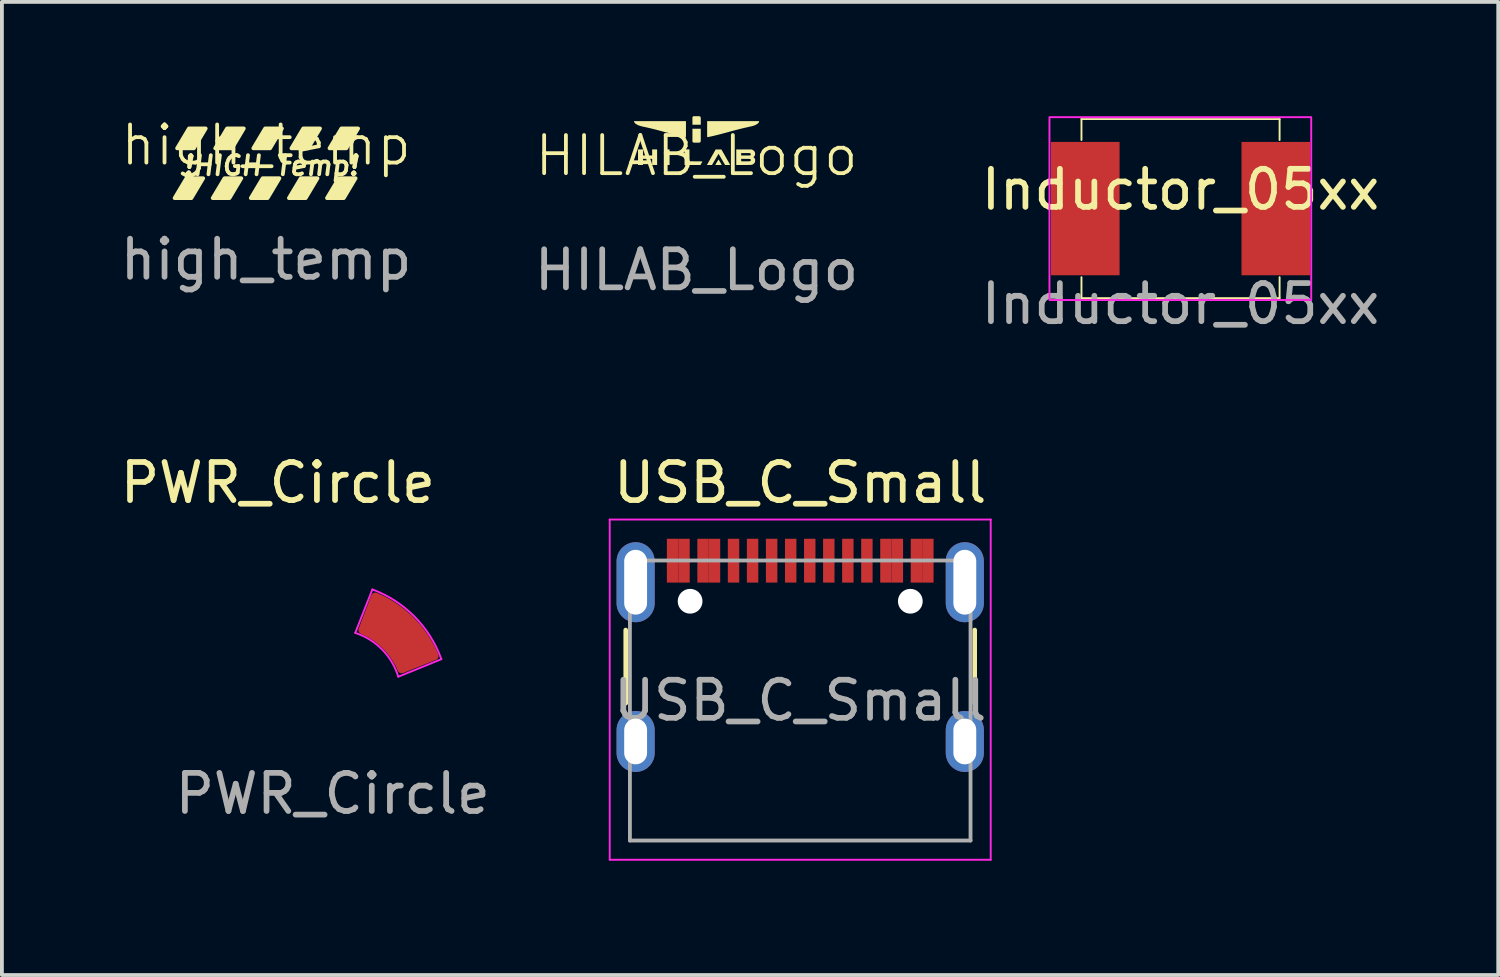
<source format=kicad_pcb>
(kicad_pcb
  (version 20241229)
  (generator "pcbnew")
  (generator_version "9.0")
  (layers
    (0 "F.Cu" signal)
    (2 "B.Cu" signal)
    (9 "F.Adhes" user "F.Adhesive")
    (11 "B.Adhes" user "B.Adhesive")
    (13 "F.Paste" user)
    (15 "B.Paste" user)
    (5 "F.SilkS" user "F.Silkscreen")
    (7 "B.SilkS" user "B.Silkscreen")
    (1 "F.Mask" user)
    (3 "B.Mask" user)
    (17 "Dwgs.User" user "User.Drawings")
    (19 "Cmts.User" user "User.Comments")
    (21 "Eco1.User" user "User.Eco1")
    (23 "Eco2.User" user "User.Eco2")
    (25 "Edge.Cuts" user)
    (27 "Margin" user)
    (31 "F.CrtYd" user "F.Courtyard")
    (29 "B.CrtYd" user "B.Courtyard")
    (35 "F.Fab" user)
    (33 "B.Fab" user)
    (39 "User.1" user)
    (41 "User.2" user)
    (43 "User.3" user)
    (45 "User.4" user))
  (footprint "Inductor_05xx"
    (layer "F.Cu")
    (at 27.935 2.425)
    (property "Reference" "Inductor_05xx" (at 0 -0.5 0) (unlocked yes) (layer "F.SilkS") (effects (font (size 1 1) (thickness 0.15))))
    (attr smd)
    (fp_line (start -2.6 -2.35) (end -2.6 -1.8) (stroke (width 0.05) (type solid)) (layer "F.SilkS"))
    (fp_line (start -2.6 -2.35) (end 2.6 -2.35) (stroke (width 0.05) (type solid)) (layer "F.SilkS"))
    (fp_line (start -2.6 2.35) (end -2.6 1.8) (stroke (width 0.05) (type solid)) (layer "F.SilkS"))
    (fp_line (start -2.6 2.35) (end 2.6 2.35) (stroke (width 0.05) (type solid)) (layer "F.SilkS"))
    (fp_line (start 2.6 -2.35) (end 2.6 -1.8) (stroke (width 0.05) (type solid)) (layer "F.SilkS"))
    (fp_line (start 2.6 2.35) (end 2.6 1.8) (stroke (width 0.05) (type solid)) (layer "F.SilkS"))
    (fp_rect (start -3.44 -2.4) (end 3.43 2.4) (stroke (width 0.05) (type solid)) (fill no) (layer "F.CrtYd"))
    (fp_text user "${REFERENCE}" (at 0 2.5 0) (unlocked yes) (layer "F.Fab") (effects (font (size 1 1) (thickness 0.15))))
    (pad "1" smd rect (at -2.5 0) (size 1.8 3.5) (layers "F.Cu" "F.Mask" "F.Paste"))
    (pad "2" smd rect (at 2.5 0) (size 1.8 3.5) (layers "F.Cu" "F.Mask" "F.Paste")))
  (footprint "USB_C_Small"
    (layer "F.Cu")
    (at 17.953 15.336)
    (property "Reference" "USB_C_Small" (at 0 -5.715 0) (layer "F.SilkS") (effects (font (size 1 1) (thickness 0.15))))
    (attr smd)
    (fp_line (start -4.58 -1.85) (end -4.58 0.07) (stroke (width 0.12) (type solid)) (layer "F.SilkS"))
    (fp_line (start 4.58 0.07) (end 4.58 -1.85) (stroke (width 0.12) (type solid)) (layer "F.SilkS"))
    (fp_line (start -5 -4.75) (end 5 -4.75) (stroke (width 0.05) (type solid)) (layer "F.CrtYd"))
    (fp_line (start -5 4.18) (end -5 -4.75) (stroke (width 0.05) (type solid)) (layer "F.CrtYd"))
    (fp_line (start 5 -4.75) (end 5 4.18) (stroke (width 0.05) (type solid)) (layer "F.CrtYd"))
    (fp_line (start 5 4.18) (end -5 4.18) (stroke (width 0.05) (type solid)) (layer "F.CrtYd"))
    (fp_line (start -4.47 -3.675) (end -4.47 3.675) (stroke (width 0.1) (type solid)) (layer "F.Fab"))
    (fp_line (start -4.47 -3.675) (end 4.47 -3.675) (stroke (width 0.1) (type solid)) (layer "F.Fab"))
    (fp_line (start -4.47 3.675) (end 4.47 3.675) (stroke (width 0.1) (type solid)) (layer "F.Fab"))
    (fp_line (start 4.47 3.675) (end 4.47 -3.675) (stroke (width 0.1) (type solid)) (layer "F.Fab"))
    (fp_text user "${REFERENCE}" (at 0 0 0) (layer "F.Fab") (effects (font (size 1 1) (thickness 0.15))))
    (pad "" np_thru_hole circle (at -2.89 -2.605) (size 0.65 0.65) (drill 0.65) (layers "*.Cu" "*.Mask"))
    (pad "" np_thru_hole circle (at 2.89 -2.605) (size 0.65 0.65) (drill 0.65) (layers "*.Cu" "*.Mask"))
    (pad "A1" smd rect (at -3.35 -3.67) (size 0.3 1.15) (layers "F.Cu" "F.Mask" "F.Paste"))
    (pad "A4" smd rect (at -2.55 -3.67) (size 0.3 1.15) (layers "F.Cu" "F.Mask" "F.Paste"))
    (pad "A5" smd rect (at -1.25 -3.67) (size 0.3 1.15) (layers "F.Cu" "F.Mask" "F.Paste"))
    (pad "A6" smd rect (at -0.25 -3.67) (size 0.3 1.15) (layers "F.Cu" "F.Mask" "F.Paste"))
    (pad "A7" smd rect (at 0.25 -3.67) (size 0.3 1.15) (layers "F.Cu" "F.Mask" "F.Paste"))
    (pad "A8" smd rect (at 1.25 -3.67) (size 0.3 1.15) (layers "F.Cu" "F.Mask" "F.Paste"))
    (pad "A9" smd rect (at 2.55 -3.67) (size 0.3 1.15) (layers "F.Cu" "F.Mask" "F.Paste"))
    (pad "A12" smd rect (at 3.35 -3.67) (size 0.3 1.15) (layers "F.Cu" "F.Mask" "F.Paste"))
    (pad "B1" smd rect (at 3.05 -3.67) (size 0.3 1.15) (layers "F.Cu" "F.Mask" "F.Paste"))
    (pad "B4" smd rect (at 2.25 -3.67) (size 0.3 1.15) (layers "F.Cu" "F.Mask" "F.Paste"))
    (pad "B5" smd rect (at 1.75 -3.67) (size 0.3 1.15) (layers "F.Cu" "F.Mask" "F.Paste"))
    (pad "B6" smd rect (at 0.75 -3.67) (size 0.3 1.15) (layers "F.Cu" "F.Mask" "F.Paste"))
    (pad "B7" smd rect (at -0.75 -3.67) (size 0.3 1.15) (layers "F.Cu" "F.Mask" "F.Paste"))
    (pad "B8" smd rect (at -1.75 -3.67) (size 0.3 1.15) (layers "F.Cu" "F.Mask" "F.Paste"))
    (pad "B9" smd rect (at -2.25 -3.67) (size 0.3 1.15) (layers "F.Cu" "F.Mask" "F.Paste"))
    (pad "B12" smd rect (at -3.05 -3.67) (size 0.3 1.15) (layers "F.Cu" "F.Mask" "F.Paste"))
    (pad "S1" thru_hole oval (at -4.32 -3.105) (size 1 2.1) (drill oval 0.6 1.7) (layers "*.Cu" "*.Mask"))
    (pad "S1" thru_hole oval (at -4.32 1.075) (size 1 1.6) (drill oval 0.6 1.2) (layers "*.Cu" "*.Mask"))
    (pad "S1" thru_hole oval (at 4.32 -3.105) (size 1 2.1) (drill oval 0.6 1.7) (layers "*.Cu" "*.Mask"))
    (pad "S1" thru_hole oval (at 4.32 1.075) (size 1 1.6) (drill oval 0.6 1.2) (layers "*.Cu" "*.Mask")))
  (footprint "PWR_Circle"
    (layer "F.Cu")
    (at 5.684 15.281)
    (property "Reference" "PWR_Circle" (at -1.44 -5.66 0) (unlocked yes) (layer "F.SilkS") (effects (font (size 1 1) (thickness 0.15))))
    (attr smd)
    (fp_line (start 0.59 -1.72) (end 1.04 -2.86) (stroke (width 0.05) (type solid)) (layer "F.CrtYd"))
    (fp_line (start 1.72 -0.57) (end 2.85 -1.03) (stroke (width 0.05) (type solid)) (layer "F.CrtYd"))
    (fp_arc (start 0.59 -1.72) (mid 1.295852 -1.283402) (end 1.72 -0.57) (stroke (width 0.05) (type solid)) (layer "F.CrtYd"))
    (fp_arc (start 1.04 -2.86) (mid 2.147485 -2.145271) (end 2.85 -1.03) (stroke (width 0.05) (type solid)) (layer "F.CrtYd"))
    (fp_text user "${REFERENCE}" (at 0 2.5 0) (unlocked yes) (layer "F.Fab") (effects (font (size 1 1) (thickness 0.15))))
    (pad "1" smd custom (at 1.7 -1.71) (size 0.2 0.2) (layers "F.Cu" "F.Mask" "F.Paste") (options (anchor circle)) (primitives (gr_poly (pts (xy -0.1 -0.05) (xy -0.096 -0.069) (xy -0.085 -0.085) (xy -0.069 -0.096) (xy -0.05 -0.1) (xy 0.05 -0.1) (xy 0.069 -0.096) (xy 0.085 -0.085) (xy 0.096 -0.069) (xy 0.1 -0.05) (xy 0.1 0.05) (xy 0.096 0.069) (xy 0.085 0.085) (xy 0.069 0.096) (xy 0.05 0.1) (xy -0.05 0.1) (xy -0.069 0.096) (xy -0.085 0.085) (xy -0.096 0.069) (xy -0.1 0.05)) (width 0) (fill yes)) (gr_poly (pts (arc (start 0.98061 0.601477) (mid 0.351723 -0.340592) (end -0.59 -0.969999)) (arc (start -0.93 -0.08) (mid -0.311769 0.333608) (end 0.100995 0.952403))) (width 0.2) (fill yes)))))
  (footprint "high_temp"
    (layer "F.Cu")
    (at 3.935 1.26)
    (property "Reference" "high_temp" (at 0 -0.5 0) (unlocked yes) (layer "F.SilkS") (effects (font (size 1 1) (thickness 0.1))))
    (fp_poly (pts (xy -1.962 0.889) (xy -2.402 0.889) (xy -2.092 0.369) (xy -1.652 0.369)) (stroke (width 0.1) (type solid)) (fill yes) (layer "F.SilkS"))
    (fp_poly (pts (xy -1.896 -0.418) (xy -2.336 -0.418) (xy -2.026 -0.938) (xy -1.586 -0.938)) (stroke (width 0.1) (type solid)) (fill yes) (layer "F.SilkS"))
    (fp_poly (pts (xy -0.962 0.889) (xy -1.402 0.889) (xy -1.092 0.369) (xy -0.652 0.369)) (stroke (width 0.1) (type solid)) (fill yes) (layer "F.SilkS"))
    (fp_poly (pts (xy -0.896 -0.418) (xy -1.336 -0.418) (xy -1.026 -0.938) (xy -0.586 -0.938)) (stroke (width 0.1) (type solid)) (fill yes) (layer "F.SilkS"))
    (fp_poly (pts (xy 0.038 0.889) (xy -0.402 0.889) (xy -0.092 0.369) (xy 0.348 0.369)) (stroke (width 0.1) (type solid)) (fill yes) (layer "F.SilkS"))
    (fp_poly (pts (xy 0.104 -0.418) (xy -0.336 -0.418) (xy -0.026 -0.938) (xy 0.414 -0.938)) (stroke (width 0.1) (type solid)) (fill yes) (layer "F.SilkS"))
    (fp_poly (pts (xy 1.038 0.889) (xy 0.598 0.889) (xy 0.908 0.369) (xy 1.348 0.369)) (stroke (width 0.1) (type solid)) (fill yes) (layer "F.SilkS"))
    (fp_poly (pts (xy 1.104 -0.418) (xy 0.664 -0.418) (xy 0.974 -0.938) (xy 1.414 -0.938)) (stroke (width 0.1) (type solid)) (fill yes) (layer "F.SilkS"))
    (fp_poly (pts (xy 2.038 0.889) (xy 1.598 0.889) (xy 1.908 0.369) (xy 2.348 0.369)) (stroke (width 0.1) (type solid)) (fill yes) (layer "F.SilkS"))
    (fp_poly (pts (xy 2.104 -0.418) (xy 1.664 -0.418) (xy 1.974 -0.938) (xy 2.414 -0.938)) (stroke (width 0.1) (type solid)) (fill yes) (layer "F.SilkS"))
    (fp_text user "!HIGH Temp!" (at -2.22 0.33 0) (unlocked yes) (layer "F.SilkS") (effects (font (size 0.5 0.5) (thickness 0.1) (bold yes) (italic yes)) (justify left bottom)))
    (fp_text user "${REFERENCE}" (at 0 2.5 0) (unlocked yes) (layer "F.Fab") (effects (font (size 1 1) (thickness 0.15)))))
  (footprint "HILAB_Logo"
    (layer "F.Cu")
    (at 15.232 1.537)
    (property "Reference" "HILAB_Logo" (at 0 -0.5 0) (unlocked yes) (layer "F.SilkS") (effects (font (size 1 1) (thickness 0.1))))
    (attr smd)
    (fp_poly (pts (xy -0.708 -0.461) (xy -0.708 -0.257) (xy -0.774 -0.257) (xy -0.841 -0.257) (xy -0.841 -0.461) (xy -0.841 -0.665) (xy -0.774 -0.665) (xy -0.708 -0.665)) (stroke (width 0) (type solid)) (fill yes) (layer "F.SilkS"))
    (fp_poly (pts (xy -0.185 -0.51) (xy -0.184 -0.354) (xy -0.015 -0.353) (xy 0.154 -0.351) (xy 0.129 -0.304) (xy 0.104 -0.257) (xy -0.106 -0.257) (xy -0.315 -0.257) (xy -0.315 -0.461) (xy -0.315 -0.665) (xy -0.25 -0.665) (xy -0.186 -0.665)) (stroke (width 0) (type solid)) (fill yes) (layer "F.SilkS"))
    (fp_poly (pts (xy 0.049 -1.537) (xy 0.067 -1.536) (xy 0.081 -1.534) (xy 0.092 -1.529) (xy 0.1 -1.523) (xy 0.105 -1.514) (xy 0.109 -1.501) (xy 0.111 -1.484) (xy 0.111 -1.462) (xy 0.111 -1.436) (xy 0.111 -1.407) (xy 0.111 -1.314) (xy 0.002 -1.314) (xy -0.108 -1.314) (xy -0.108 -1.413) (xy -0.108 -1.513) (xy -0.096 -1.525) (xy -0.084 -1.537) (xy -0.002 -1.537) (xy 0.026 -1.537)) (stroke (width 0) (type solid)) (fill yes) (layer "F.SilkS"))
    (fp_poly (pts (xy -1.406 -0.586) (xy -1.406 -0.507) (xy -1.286 -0.507) (xy -1.165 -0.507) (xy -1.165 -0.586) (xy -1.165 -0.665) (xy -1.1 -0.665) (xy -1.035 -0.665) (xy -1.035 -0.461) (xy -1.035 -0.257) (xy -1.1 -0.257) (xy -1.165 -0.257) (xy -1.165 -0.337) (xy -1.165 -0.418) (xy -1.286 -0.418) (xy -1.406 -0.418) (xy -1.406 -0.337) (xy -1.406 -0.257) (xy -1.471 -0.257) (xy -1.536 -0.257) (xy -1.536 -0.461) (xy -1.536 -0.665) (xy -1.471 -0.665) (xy -1.406 -0.665)) (stroke (width 0) (type solid)) (fill yes) (layer "F.SilkS"))
    (fp_poly (pts (xy 0.111 -1.044) (xy 0.111 -1.007) (xy 0.111 -0.977) (xy 0.111 -0.951) (xy 0.111 -0.93) (xy 0.111 -0.914) (xy 0.11 -0.9) (xy 0.11 -0.89) (xy 0.109 -0.883) (xy 0.109 -0.877) (xy 0.108 -0.873) (xy 0.107 -0.869) (xy 0.105 -0.867) (xy 0.105 -0.866) (xy 0.101 -0.859) (xy 0.097 -0.854) (xy 0.092 -0.85) (xy 0.085 -0.847) (xy 0.076 -0.845) (xy 0.063 -0.844) (xy 0.046 -0.843) (xy 0.025 -0.842) (xy 0.005 -0.842) (xy -0.017 -0.842) (xy -0.037 -0.842) (xy -0.054 -0.843) (xy -0.067 -0.843) (xy -0.076 -0.844) (xy -0.079 -0.845) (xy -0.087 -0.849) (xy -0.096 -0.856) (xy -0.099 -0.858) (xy -0.108 -0.869) (xy -0.108 -1.039) (xy -0.108 -1.209) (xy 0.002 -1.209) (xy 0.111 -1.209)) (stroke (width 0) (type solid)) (fill yes) (layer "F.SilkS"))
    (fp_poly (pts (xy 0.579 -0.398) (xy 0.584 -0.391) (xy 0.59 -0.38) (xy 0.599 -0.367) (xy 0.608 -0.351) (xy 0.618 -0.335) (xy 0.628 -0.318) (xy 0.638 -0.302) (xy 0.646 -0.287) (xy 0.653 -0.275) (xy 0.659 -0.265) (xy 0.661 -0.26) (xy 0.661 -0.259) (xy 0.658 -0.259) (xy 0.65 -0.258) (xy 0.637 -0.258) (xy 0.62 -0.257) (xy 0.601 -0.257) (xy 0.579 -0.257) (xy 0.576 -0.257) (xy 0.554 -0.257) (xy 0.534 -0.257) (xy 0.517 -0.257) (xy 0.504 -0.258) (xy 0.495 -0.258) (xy 0.491 -0.258) (xy 0.491 -0.258) (xy 0.493 -0.262) (xy 0.497 -0.269) (xy 0.504 -0.281) (xy 0.512 -0.294) (xy 0.521 -0.31) (xy 0.531 -0.327) (xy 0.541 -0.344) (xy 0.551 -0.36) (xy 0.56 -0.374) (xy 0.567 -0.386) (xy 0.573 -0.395) (xy 0.576 -0.4) (xy 0.577 -0.4)) (stroke (width 0) (type solid)) (fill yes) (layer "F.SilkS"))
    (fp_poly (pts (xy -0.278 -1.195) (xy -0.278 -1.16) (xy -0.278 -1.126) (xy -0.278 -1.095) (xy -0.278 -1.066) (xy -0.278 -1.041) (xy -0.279 -1.02) (xy -0.279 -1.003) (xy -0.279 -0.991) (xy -0.279 -0.985) (xy -0.279 -0.984) (xy -0.282 -0.985) (xy -0.289 -0.986) (xy -0.291 -0.987) (xy -0.296 -0.988) (xy -0.307 -0.991) (xy -0.322 -0.994) (xy -0.341 -0.998) (xy -0.362 -1.003) (xy -0.386 -1.008) (xy -0.394 -1.01) (xy -0.433 -1.019) (xy -0.472 -1.028) (xy -0.513 -1.037) (xy -0.555 -1.048) (xy -0.6 -1.059) (xy -0.649 -1.072) (xy -0.701 -1.086) (xy -0.757 -1.101) (xy -0.818 -1.117) (xy -0.855 -1.127) (xy -0.935 -1.149) (xy -1.009 -1.169) (xy -1.078 -1.187) (xy -1.143 -1.203) (xy -1.203 -1.218) (xy -1.259 -1.231) (xy -1.311 -1.243) (xy -1.34 -1.249) (xy -1.381 -1.258) (xy -1.418 -1.266) (xy -1.449 -1.274) (xy -1.476 -1.282) (xy -1.5 -1.289) (xy -1.52 -1.296) (xy -1.539 -1.304) (xy -1.555 -1.312) (xy -1.571 -1.321) (xy -1.586 -1.33) (xy -1.607 -1.346) (xy -1.623 -1.362) (xy -1.635 -1.378) (xy -1.64 -1.393) (xy -1.641 -1.401) (xy -1.641 -1.407) (xy -0.96 -1.407) (xy -0.278 -1.407)) (stroke (width 0) (type solid)) (fill yes) (layer "F.SilkS"))
    (fp_poly (pts (xy 1.641 -1.396) (xy 1.639 -1.385) (xy 1.631 -1.371) (xy 1.62 -1.357) (xy 1.605 -1.343) (xy 1.603 -1.341) (xy 1.579 -1.325) (xy 1.552 -1.31) (xy 1.52 -1.296) (xy 1.483 -1.283) (xy 1.441 -1.272) (xy 1.397 -1.262) (xy 1.356 -1.253) (xy 1.316 -1.244) (xy 1.276 -1.235) (xy 1.237 -1.226) (xy 1.197 -1.216) (xy 1.156 -1.206) (xy 1.114 -1.196) (xy 1.068 -1.184) (xy 1.019 -1.171) (xy 0.967 -1.157) (xy 0.91 -1.142) (xy 0.847 -1.125) (xy 0.841 -1.123) (xy 0.778 -1.106) (xy 0.721 -1.091) (xy 0.669 -1.077) (xy 0.621 -1.064) (xy 0.577 -1.053) (xy 0.537 -1.043) (xy 0.499 -1.034) (xy 0.464 -1.025) (xy 0.444 -1.02) (xy 0.416 -1.014) (xy 0.389 -1.008) (xy 0.363 -1.002) (xy 0.34 -0.998) (xy 0.32 -0.993) (xy 0.304 -0.99) (xy 0.291 -0.988) (xy 0.285 -0.987) (xy 0.284 -0.987) (xy 0.283 -0.987) (xy 0.282 -0.988) (xy 0.281 -0.99) (xy 0.28 -0.994) (xy 0.28 -1.001) (xy 0.279 -1.009) (xy 0.279 -1.021) (xy 0.279 -1.036) (xy 0.278 -1.055) (xy 0.278 -1.078) (xy 0.278 -1.106) (xy 0.278 -1.139) (xy 0.278 -1.178) (xy 0.278 -1.197) (xy 0.278 -1.407) (xy 0.96 -1.407) (xy 1.641 -1.407)) (stroke (width 0) (type solid)) (fill yes) (layer "F.SilkS"))
    (fp_poly (pts (xy 0.578 -0.664) (xy 0.653 -0.664) (xy 0.675 -0.625) (xy 0.69 -0.599) (xy 0.706 -0.571) (xy 0.723 -0.542) (xy 0.74 -0.512) (xy 0.757 -0.481) (xy 0.774 -0.451) (xy 0.791 -0.421) (xy 0.807 -0.392) (xy 0.822 -0.365) (xy 0.837 -0.34) (xy 0.849 -0.318) (xy 0.86 -0.298) (xy 0.869 -0.282) (xy 0.876 -0.27) (xy 0.88 -0.263) (xy 0.881 -0.26) (xy 0.878 -0.259) (xy 0.869 -0.258) (xy 0.856 -0.258) (xy 0.839 -0.257) (xy 0.818 -0.257) (xy 0.815 -0.257) (xy 0.749 -0.257) (xy 0.735 -0.281) (xy 0.725 -0.298) (xy 0.713 -0.318) (xy 0.7 -0.341) (xy 0.685 -0.366) (xy 0.67 -0.392) (xy 0.655 -0.417) (xy 0.641 -0.442) (xy 0.628 -0.464) (xy 0.616 -0.484) (xy 0.607 -0.5) (xy 0.602 -0.508) (xy 0.594 -0.522) (xy 0.587 -0.534) (xy 0.581 -0.542) (xy 0.578 -0.547) (xy 0.577 -0.548) (xy 0.575 -0.545) (xy 0.57 -0.538) (xy 0.564 -0.528) (xy 0.559 -0.519) (xy 0.553 -0.51) (xy 0.546 -0.497) (xy 0.535 -0.479) (xy 0.524 -0.459) (xy 0.51 -0.436) (xy 0.496 -0.411) (xy 0.481 -0.386) (xy 0.474 -0.374) (xy 0.406 -0.257) (xy 0.339 -0.257) (xy 0.271 -0.257) (xy 0.278 -0.267) (xy 0.28 -0.272) (xy 0.286 -0.282) (xy 0.295 -0.297) (xy 0.306 -0.317) (xy 0.32 -0.342) (xy 0.337 -0.372) (xy 0.356 -0.406) (xy 0.378 -0.445) (xy 0.402 -0.488) (xy 0.429 -0.535) (xy 0.458 -0.587) (xy 0.482 -0.629) (xy 0.502 -0.665)) (stroke (width 0) (type solid)) (fill yes) (layer "F.SilkS"))
    (fp_poly (pts (xy 1.245 -0.664) (xy 1.448 -0.664) (xy 1.472 -0.652) (xy 1.496 -0.637) (xy 1.514 -0.62) (xy 1.527 -0.6) (xy 1.535 -0.576) (xy 1.538 -0.549) (xy 1.538 -0.548) (xy 1.536 -0.526) (xy 1.53 -0.508) (xy 1.521 -0.492) (xy 1.507 -0.477) (xy 1.493 -0.463) (xy 1.506 -0.452) (xy 1.515 -0.442) (xy 1.524 -0.43) (xy 1.528 -0.424) (xy 1.533 -0.415) (xy 1.535 -0.408) (xy 1.537 -0.4) (xy 1.538 -0.389) (xy 1.538 -0.376) (xy 1.536 -0.351) (xy 1.531 -0.33) (xy 1.522 -0.312) (xy 1.507 -0.296) (xy 1.492 -0.283) (xy 1.485 -0.278) (xy 1.479 -0.274) (xy 1.473 -0.27) (xy 1.467 -0.267) (xy 1.459 -0.265) (xy 1.451 -0.262) (xy 1.44 -0.261) (xy 1.428 -0.26) (xy 1.412 -0.259) (xy 1.393 -0.258) (xy 1.37 -0.258) (xy 1.343 -0.257) (xy 1.312 -0.257) (xy 1.275 -0.257) (xy 1.238 -0.257) (xy 1.042 -0.257) (xy 1.042 -0.418) (xy 1.171 -0.418) (xy 1.171 -0.388) (xy 1.172 -0.374) (xy 1.172 -0.364) (xy 1.173 -0.357) (xy 1.173 -0.355) (xy 1.177 -0.354) (xy 1.186 -0.354) (xy 1.199 -0.354) (xy 1.216 -0.353) (xy 1.236 -0.353) (xy 1.258 -0.353) (xy 1.281 -0.353) (xy 1.304 -0.353) (xy 1.326 -0.353) (xy 1.347 -0.354) (xy 1.365 -0.354) (xy 1.381 -0.355) (xy 1.392 -0.355) (xy 1.398 -0.356) (xy 1.398 -0.356) (xy 1.412 -0.361) (xy 1.42 -0.37) (xy 1.424 -0.383) (xy 1.424 -0.392) (xy 1.422 -0.398) (xy 1.416 -0.406) (xy 1.407 -0.416) (xy 1.289 -0.417) (xy 1.171 -0.418) (xy 1.042 -0.418) (xy 1.042 -0.461) (xy 1.042 -0.569) (xy 1.171 -0.569) (xy 1.171 -0.538) (xy 1.171 -0.507) (xy 1.289 -0.507) (xy 1.407 -0.507) (xy 1.414 -0.516) (xy 1.421 -0.526) (xy 1.424 -0.538) (xy 1.423 -0.548) (xy 1.422 -0.551) (xy 1.417 -0.557) (xy 1.409 -0.563) (xy 1.408 -0.563) (xy 1.406 -0.565) (xy 1.402 -0.566) (xy 1.398 -0.567) (xy 1.391 -0.568) (xy 1.383 -0.568) (xy 1.371 -0.569) (xy 1.355 -0.569) (xy 1.335 -0.569) (xy 1.31 -0.569) (xy 1.285 -0.569) (xy 1.171 -0.569) (xy 1.042 -0.569) (xy 1.042 -0.665)) (stroke (width 0) (type solid)) (fill yes) (layer "F.SilkS"))
    (fp_text user "${REFERENCE}" (at 0 2.5 0) (unlocked yes) (layer "F.Fab") (effects (font (size 1 1) (thickness 0.15)))))
  (gr_rect
    (start -3 -3)
    (end 36.274 22.541)
    (stroke (width 0.1) (type default))
    (fill no)
    (layer "Edge.Cuts")))
</source>
